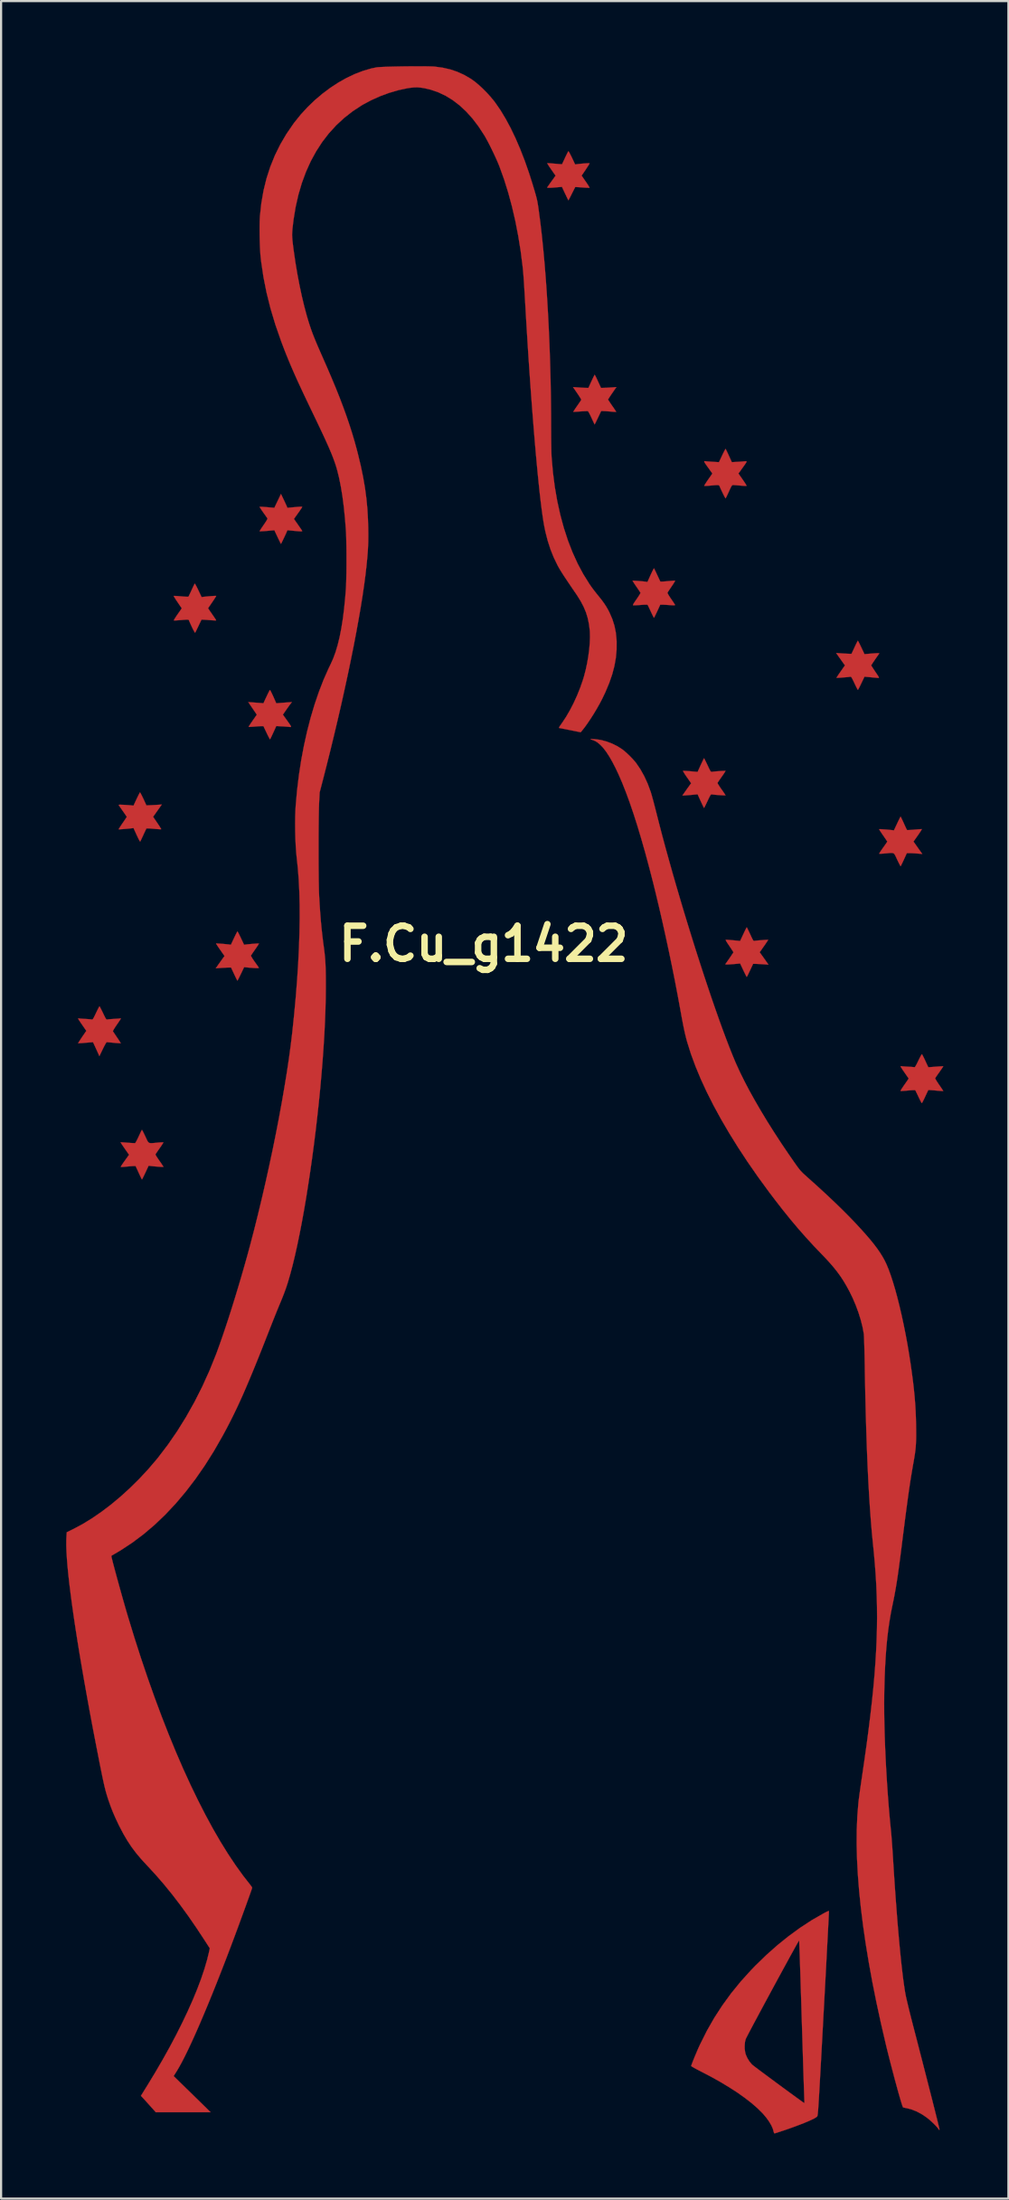
<source format=kicad_pcb>
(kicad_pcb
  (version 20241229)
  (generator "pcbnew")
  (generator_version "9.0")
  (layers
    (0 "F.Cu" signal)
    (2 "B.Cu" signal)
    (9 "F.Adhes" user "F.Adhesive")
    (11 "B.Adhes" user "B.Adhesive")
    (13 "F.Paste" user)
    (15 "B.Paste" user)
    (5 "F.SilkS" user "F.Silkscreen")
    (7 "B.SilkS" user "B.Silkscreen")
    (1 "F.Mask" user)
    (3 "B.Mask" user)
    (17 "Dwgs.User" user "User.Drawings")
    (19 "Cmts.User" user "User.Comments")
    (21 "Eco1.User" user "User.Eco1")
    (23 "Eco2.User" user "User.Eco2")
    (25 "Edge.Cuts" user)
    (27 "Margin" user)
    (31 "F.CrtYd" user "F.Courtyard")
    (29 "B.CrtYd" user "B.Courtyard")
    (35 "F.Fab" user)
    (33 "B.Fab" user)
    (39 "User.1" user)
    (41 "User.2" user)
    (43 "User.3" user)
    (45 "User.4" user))
  (footprint "F.Cu_g1422"
    (layer "F.Cu")
    (at 19.241 40.449)
    (property "Reference" "F.Cu_g1422" (at 0 0 0) (layer "F.SilkS") (effects (font (size 1.524 1.524) (thickness 0.3))))
    (attr through_hole)
    (fp_poly (pts (xy -9.835 -11.682) (xy -9.808 -11.634) (xy -9.77 -11.558) (xy -9.725 -11.464) (xy -9.694 -11.396) (xy -9.557 -11.087) (xy -9.409 -11.099) (xy -9.318 -11.106) (xy -9.205 -11.115) (xy -9.09 -11.123) (xy -9.05 -11.126) (xy -8.839 -11.141) (xy -8.903 -11.058) (xy -8.942 -11.006) (xy -8.996 -10.931) (xy -9.059 -10.842) (xy -9.11 -10.769) (xy -9.253 -10.563) (xy -9.071 -10.31) (xy -8.99 -10.196) (xy -8.932 -10.113) (xy -8.895 -10.055) (xy -8.878 -10.018) (xy -8.88 -9.999) (xy -8.899 -9.993) (xy -8.932 -9.995) (xy -8.955 -9.998) (xy -9.014 -10.004) (xy -9.103 -10.011) (xy -9.208 -10.019) (xy -9.303 -10.024) (xy -9.557 -10.038) (xy -9.694 -9.737) (xy -9.742 -9.634) (xy -9.784 -9.545) (xy -9.818 -9.476) (xy -9.839 -9.436) (xy -9.844 -9.429) (xy -9.858 -9.444) (xy -9.885 -9.491) (xy -9.924 -9.565) (xy -9.97 -9.658) (xy -10.003 -9.727) (xy -10.148 -10.033) (xy -10.244 -10.033) (xy -10.305 -10.031) (xy -10.395 -10.026) (xy -10.5 -10.018) (xy -10.581 -10.011) (xy -10.677 -10.004) (xy -10.757 -9.999) (xy -10.811 -9.997) (xy -10.832 -9.999) (xy -10.823 -10.018) (xy -10.794 -10.066) (xy -10.748 -10.137) (xy -10.689 -10.224) (xy -10.647 -10.285) (xy -10.453 -10.562) (xy -10.619 -10.806) (xy -10.682 -10.899) (xy -10.739 -10.982) (xy -10.784 -11.049) (xy -10.812 -11.09) (xy -10.816 -11.095) (xy -10.847 -11.141) (xy -10.657 -11.127) (xy -10.545 -11.119) (xy -10.425 -11.11) (xy -10.321 -11.102) (xy -10.308 -11.101) (xy -10.149 -11.088) (xy -10.008 -11.391) (xy -9.959 -11.494) (xy -9.915 -11.583) (xy -9.879 -11.651) (xy -9.856 -11.691) (xy -9.849 -11.699) (xy -9.835 -11.682)) (stroke (width 0.01) (type solid)) (fill yes) (layer "F.Cu"))
    (fp_poly (pts (xy -9.219 -20.479) (xy -9.171 -20.378) (xy -9.128 -20.285) (xy -9.093 -20.211) (xy -9.072 -20.163) (xy -9.071 -20.16) (xy -9.044 -20.095) (xy -8.75 -20.122) (xy -8.612 -20.134) (xy -8.51 -20.143) (xy -8.44 -20.147) (xy -8.396 -20.148) (xy -8.373 -20.144) (xy -8.364 -20.137) (xy -8.366 -20.126) (xy -8.367 -20.122) (xy -8.383 -20.096) (xy -8.419 -20.042) (xy -8.47 -19.967) (xy -8.532 -19.879) (xy -8.561 -19.838) (xy -8.743 -19.583) (xy -8.561 -19.323) (xy -8.496 -19.23) (xy -8.439 -19.148) (xy -8.396 -19.084) (xy -8.371 -19.044) (xy -8.367 -19.036) (xy -8.364 -19.024) (xy -8.37 -19.015) (xy -8.389 -19.011) (xy -8.427 -19.01) (xy -8.491 -19.014) (xy -8.584 -19.021) (xy -8.712 -19.033) (xy -8.75 -19.036) (xy -9.044 -19.063) (xy -9.071 -18.998) (xy -9.097 -18.938) (xy -9.134 -18.858) (xy -9.176 -18.768) (xy -9.22 -18.676) (xy -9.262 -18.588) (xy -9.298 -18.514) (xy -9.325 -18.461) (xy -9.339 -18.437) (xy -9.34 -18.436) (xy -9.352 -18.454) (xy -9.378 -18.504) (xy -9.415 -18.58) (xy -9.462 -18.675) (xy -9.497 -18.749) (xy -9.645 -19.062) (xy -9.979 -19.033) (xy -10.093 -19.024) (xy -10.192 -19.018) (xy -10.267 -19.014) (xy -10.313 -19.014) (xy -10.323 -19.015) (xy -10.315 -19.035) (xy -10.286 -19.084) (xy -10.241 -19.155) (xy -10.182 -19.242) (xy -10.14 -19.303) (xy -10.062 -19.417) (xy -10.005 -19.507) (xy -9.971 -19.57) (xy -9.961 -19.603) (xy -9.962 -19.606) (xy -9.98 -19.632) (xy -10.017 -19.685) (xy -10.069 -19.759) (xy -10.132 -19.847) (xy -10.157 -19.882) (xy -10.219 -19.971) (xy -10.27 -20.047) (xy -10.306 -20.105) (xy -10.323 -20.138) (xy -10.323 -20.142) (xy -10.3 -20.144) (xy -10.241 -20.143) (xy -10.155 -20.138) (xy -10.049 -20.13) (xy -9.979 -20.124) (xy -9.646 -20.095) (xy -9.493 -20.414) (xy -9.34 -20.733) (xy -9.219 -20.479)) (stroke (width 0.01) (type solid)) (fill yes) (layer "F.Cu"))
    (fp_poly (pts (xy -11.332 -0.553) (xy -11.304 -0.503) (xy -11.265 -0.427) (xy -11.219 -0.333) (xy -11.186 -0.265) (xy -11.042 0.042) (xy -10.966 0.032) (xy -10.886 0.023) (xy -10.79 0.013) (xy -10.686 0.004) (xy -10.583 -0.004) (xy -10.49 -0.011) (xy -10.416 -0.015) (xy -10.369 -0.016) (xy -10.358 -0.014) (xy -10.366 0.005) (xy -10.395 0.053) (xy -10.44 0.123) (xy -10.499 0.209) (xy -10.531 0.255) (xy -10.596 0.348) (xy -10.653 0.43) (xy -10.695 0.495) (xy -10.721 0.534) (xy -10.725 0.542) (xy -10.717 0.569) (xy -10.688 0.622) (xy -10.642 0.695) (xy -10.583 0.782) (xy -10.557 0.819) (xy -10.492 0.911) (xy -10.435 0.991) (xy -10.391 1.054) (xy -10.366 1.092) (xy -10.361 1.099) (xy -10.364 1.11) (xy -10.39 1.117) (xy -10.443 1.119) (xy -10.526 1.116) (xy -10.642 1.109) (xy -10.795 1.097) (xy -10.902 1.087) (xy -11.04 1.075) (xy -11.187 1.384) (xy -11.238 1.488) (xy -11.282 1.577) (xy -11.318 1.645) (xy -11.34 1.685) (xy -11.347 1.693) (xy -11.36 1.675) (xy -11.387 1.625) (xy -11.425 1.549) (xy -11.47 1.455) (xy -11.5 1.392) (xy -11.641 1.09) (xy -11.731 1.091) (xy -11.788 1.092) (xy -11.875 1.096) (xy -11.98 1.102) (xy -12.083 1.108) (xy -12.345 1.126) (xy -12.236 0.97) (xy -12.172 0.879) (xy -12.102 0.782) (xy -12.042 0.697) (xy -12.035 0.687) (xy -11.942 0.56) (xy -12.141 0.276) (xy -12.207 0.181) (xy -12.262 0.098) (xy -12.304 0.034) (xy -12.328 -0.006) (xy -12.332 -0.016) (xy -12.309 -0.017) (xy -12.253 -0.014) (xy -12.174 -0.01) (xy -12.079 -0.003) (xy -11.978 0.005) (xy -11.881 0.014) (xy -11.795 0.023) (xy -11.73 0.03) (xy -11.714 0.032) (xy -11.649 0.043) (xy -11.505 -0.264) (xy -11.455 -0.368) (xy -11.411 -0.457) (xy -11.375 -0.524) (xy -11.352 -0.564) (xy -11.345 -0.572) (xy -11.332 -0.553)) (stroke (width 0.01) (type solid)) (fill yes) (layer "F.Cu"))
    (fp_poly (pts (xy 5.133 -26.207) (xy 5.16 -26.157) (xy 5.198 -26.081) (xy 5.243 -25.986) (xy 5.272 -25.924) (xy 5.41 -25.622) (xy 5.515 -25.623) (xy 5.579 -25.625) (xy 5.672 -25.629) (xy 5.78 -25.635) (xy 5.869 -25.641) (xy 6.119 -25.659) (xy 5.927 -25.381) (xy 5.862 -25.286) (xy 5.807 -25.202) (xy 5.765 -25.137) (xy 5.741 -25.096) (xy 5.736 -25.086) (xy 5.748 -25.063) (xy 5.78 -25.012) (xy 5.828 -24.94) (xy 5.888 -24.852) (xy 5.926 -24.796) (xy 5.991 -24.703) (xy 6.045 -24.623) (xy 6.085 -24.561) (xy 6.107 -24.525) (xy 6.109 -24.517) (xy 6.087 -24.516) (xy 6.031 -24.519) (xy 5.95 -24.524) (xy 5.861 -24.532) (xy 5.752 -24.54) (xy 5.648 -24.548) (xy 5.562 -24.552) (xy 5.518 -24.553) (xy 5.416 -24.553) (xy 5.27 -24.246) (xy 5.22 -24.143) (xy 5.177 -24.054) (xy 5.143 -23.987) (xy 5.123 -23.947) (xy 5.118 -23.94) (xy 5.107 -23.958) (xy 5.083 -24.008) (xy 5.047 -24.084) (xy 5.003 -24.178) (xy 4.975 -24.238) (xy 4.926 -24.342) (xy 4.881 -24.432) (xy 4.843 -24.5) (xy 4.817 -24.541) (xy 4.808 -24.548) (xy 4.778 -24.551) (xy 4.713 -24.55) (xy 4.623 -24.547) (xy 4.514 -24.541) (xy 4.458 -24.537) (xy 4.347 -24.53) (xy 4.252 -24.524) (xy 4.18 -24.52) (xy 4.139 -24.519) (xy 4.133 -24.52) (xy 4.142 -24.538) (xy 4.172 -24.585) (xy 4.218 -24.654) (xy 4.276 -24.74) (xy 4.31 -24.788) (xy 4.374 -24.881) (xy 4.43 -24.963) (xy 4.472 -25.026) (xy 4.497 -25.065) (xy 4.501 -25.073) (xy 4.493 -25.097) (xy 4.464 -25.149) (xy 4.418 -25.223) (xy 4.359 -25.313) (xy 4.316 -25.377) (xy 4.122 -25.659) (xy 4.374 -25.642) (xy 4.484 -25.634) (xy 4.59 -25.628) (xy 4.679 -25.624) (xy 4.728 -25.623) (xy 4.831 -25.622) (xy 4.969 -25.924) (xy 5.017 -26.027) (xy 5.059 -26.115) (xy 5.093 -26.181) (xy 5.114 -26.219) (xy 5.12 -26.226) (xy 5.133 -26.207)) (stroke (width 0.01) (type solid)) (fill yes) (layer "F.Cu"))
    (fp_poly (pts (xy -15.825 -6.962) (xy -15.796 -6.913) (xy -15.758 -6.839) (xy -15.712 -6.745) (xy -15.682 -6.683) (xy -15.543 -6.382) (xy -15.471 -6.384) (xy -15.423 -6.386) (xy -15.343 -6.39) (xy -15.242 -6.395) (xy -15.131 -6.401) (xy -15.117 -6.402) (xy -14.836 -6.419) (xy -15.035 -6.137) (xy -15.234 -5.855) (xy -15.043 -5.574) (xy -14.979 -5.479) (xy -14.925 -5.396) (xy -14.886 -5.331) (xy -14.864 -5.292) (xy -14.862 -5.282) (xy -14.885 -5.28) (xy -14.944 -5.282) (xy -15.029 -5.288) (xy -15.134 -5.296) (xy -15.198 -5.302) (xy -15.312 -5.312) (xy -15.41 -5.319) (xy -15.485 -5.321) (xy -15.531 -5.32) (xy -15.54 -5.318) (xy -15.554 -5.294) (xy -15.581 -5.239) (xy -15.619 -5.159) (xy -15.664 -5.063) (xy -15.685 -5.016) (xy -15.732 -4.915) (xy -15.773 -4.827) (xy -15.806 -4.76) (xy -15.826 -4.721) (xy -15.83 -4.715) (xy -15.844 -4.727) (xy -15.871 -4.773) (xy -15.909 -4.845) (xy -15.954 -4.939) (xy -15.991 -5.017) (xy -16.136 -5.336) (xy -16.244 -5.324) (xy -16.355 -5.312) (xy -16.469 -5.301) (xy -16.58 -5.292) (xy -16.678 -5.284) (xy -16.756 -5.279) (xy -16.807 -5.278) (xy -16.822 -5.279) (xy -16.813 -5.298) (xy -16.784 -5.346) (xy -16.739 -5.417) (xy -16.681 -5.504) (xy -16.638 -5.566) (xy -16.573 -5.661) (xy -16.518 -5.743) (xy -16.476 -5.806) (xy -16.451 -5.845) (xy -16.447 -5.853) (xy -16.458 -5.873) (xy -16.49 -5.92) (xy -16.537 -5.99) (xy -16.596 -6.074) (xy -16.622 -6.111) (xy -16.686 -6.203) (xy -16.743 -6.283) (xy -16.786 -6.346) (xy -16.812 -6.384) (xy -16.816 -6.39) (xy -16.818 -6.402) (xy -16.802 -6.41) (xy -16.762 -6.413) (xy -16.692 -6.411) (xy -16.587 -6.406) (xy -16.571 -6.406) (xy -16.461 -6.399) (xy -16.358 -6.392) (xy -16.274 -6.385) (xy -16.223 -6.379) (xy -16.138 -6.368) (xy -15.997 -6.671) (xy -15.947 -6.774) (xy -15.904 -6.863) (xy -15.868 -6.931) (xy -15.845 -6.971) (xy -15.839 -6.979) (xy -15.825 -6.962)) (stroke (width 0.01) (type solid)) (fill yes) (layer "F.Cu"))
    (fp_poly (pts (xy 3.924 -36.512) (xy 3.953 -36.464) (xy 3.992 -36.389) (xy 4.04 -36.296) (xy 4.073 -36.227) (xy 4.218 -35.919) (xy 4.284 -35.929) (xy 4.352 -35.938) (xy 4.44 -35.948) (xy 4.539 -35.957) (xy 4.64 -35.965) (xy 4.734 -35.971) (xy 4.813 -35.976) (xy 4.865 -35.977) (xy 4.884 -35.975) (xy 4.877 -35.954) (xy 4.849 -35.905) (xy 4.804 -35.834) (xy 4.747 -35.746) (xy 4.706 -35.684) (xy 4.516 -35.405) (xy 4.705 -35.132) (xy 4.769 -35.039) (xy 4.822 -34.957) (xy 4.861 -34.894) (xy 4.881 -34.856) (xy 4.883 -34.848) (xy 4.858 -34.845) (xy 4.8 -34.846) (xy 4.714 -34.849) (xy 4.609 -34.856) (xy 4.55 -34.86) (xy 4.438 -34.868) (xy 4.343 -34.874) (xy 4.27 -34.878) (xy 4.229 -34.879) (xy 4.223 -34.878) (xy 4.212 -34.858) (xy 4.185 -34.807) (xy 4.147 -34.731) (xy 4.099 -34.636) (xy 4.066 -34.57) (xy 4.015 -34.468) (xy 3.97 -34.381) (xy 3.935 -34.315) (xy 3.914 -34.276) (xy 3.909 -34.269) (xy 3.898 -34.287) (xy 3.872 -34.337) (xy 3.835 -34.413) (xy 3.79 -34.508) (xy 3.756 -34.578) (xy 3.611 -34.887) (xy 3.472 -34.875) (xy 3.296 -34.86) (xy 3.159 -34.849) (xy 3.057 -34.844) (xy 2.988 -34.844) (xy 2.947 -34.848) (xy 2.931 -34.856) (xy 2.933 -34.864) (xy 2.951 -34.891) (xy 2.989 -34.945) (xy 3.042 -35.02) (xy 3.105 -35.109) (xy 3.134 -35.148) (xy 3.317 -35.403) (xy 3.118 -35.688) (xy 3.052 -35.783) (xy 2.998 -35.865) (xy 2.959 -35.929) (xy 2.938 -35.968) (xy 2.936 -35.978) (xy 2.962 -35.978) (xy 3.022 -35.975) (xy 3.11 -35.969) (xy 3.216 -35.96) (xy 3.281 -35.955) (xy 3.394 -35.945) (xy 3.49 -35.937) (xy 3.563 -35.932) (xy 3.605 -35.929) (xy 3.613 -35.929) (xy 3.622 -35.947) (xy 3.647 -35.998) (xy 3.682 -36.074) (xy 3.727 -36.168) (xy 3.753 -36.226) (xy 3.802 -36.329) (xy 3.845 -36.416) (xy 3.88 -36.483) (xy 3.903 -36.521) (xy 3.909 -36.528) (xy 3.924 -36.512)) (stroke (width 0.01) (type solid)) (fill yes) (layer "F.Cu"))
    (fp_poly (pts (xy 12.141 -0.744) (xy 12.167 -0.693) (xy 12.204 -0.617) (xy 12.25 -0.521) (xy 12.285 -0.446) (xy 12.339 -0.328) (xy 12.379 -0.245) (xy 12.408 -0.189) (xy 12.431 -0.156) (xy 12.451 -0.14) (xy 12.47 -0.136) (xy 12.485 -0.138) (xy 12.539 -0.145) (xy 12.617 -0.153) (xy 12.711 -0.161) (xy 12.812 -0.169) (xy 12.911 -0.177) (xy 13 -0.183) (xy 13.068 -0.186) (xy 13.107 -0.187) (xy 13.113 -0.186) (xy 13.105 -0.167) (xy 13.075 -0.12) (xy 13.029 -0.049) (xy 12.97 0.038) (xy 12.923 0.105) (xy 12.724 0.388) (xy 12.817 0.517) (xy 12.876 0.599) (xy 12.945 0.696) (xy 13.011 0.789) (xy 13.019 0.801) (xy 13.128 0.957) (xy 12.867 0.939) (xy 12.756 0.932) (xy 12.651 0.927) (xy 12.565 0.923) (xy 12.513 0.921) (xy 12.422 0.921) (xy 12.281 1.222) (xy 12.232 1.325) (xy 12.19 1.413) (xy 12.156 1.479) (xy 12.134 1.517) (xy 12.129 1.524) (xy 12.116 1.506) (xy 12.089 1.456) (xy 12.051 1.38) (xy 12.004 1.285) (xy 11.97 1.215) (xy 11.824 0.905) (xy 11.685 0.918) (xy 11.509 0.933) (xy 11.371 0.943) (xy 11.268 0.949) (xy 11.199 0.95) (xy 11.158 0.946) (xy 11.144 0.937) (xy 11.146 0.929) (xy 11.178 0.886) (xy 11.224 0.822) (xy 11.279 0.743) (xy 11.338 0.658) (xy 11.395 0.574) (xy 11.446 0.497) (xy 11.486 0.436) (xy 11.51 0.398) (xy 11.515 0.388) (xy 11.503 0.366) (xy 11.472 0.316) (xy 11.425 0.243) (xy 11.365 0.154) (xy 11.323 0.091) (xy 11.25 -0.017) (xy 11.2 -0.095) (xy 11.171 -0.147) (xy 11.16 -0.178) (xy 11.166 -0.19) (xy 11.171 -0.191) (xy 11.207 -0.189) (xy 11.275 -0.183) (xy 11.365 -0.176) (xy 11.468 -0.167) (xy 11.575 -0.157) (xy 11.674 -0.148) (xy 11.748 -0.14) (xy 11.823 -0.132) (xy 11.971 -0.447) (xy 12.02 -0.552) (xy 12.064 -0.642) (xy 12.099 -0.711) (xy 12.122 -0.753) (xy 12.129 -0.762) (xy 12.141 -0.744)) (stroke (width 0.01) (type solid)) (fill yes) (layer "F.Cu"))
    (fp_poly (pts (xy 11.167 -22.787) (xy 11.194 -22.733) (xy 11.232 -22.655) (xy 11.277 -22.559) (xy 11.304 -22.499) (xy 11.441 -22.199) (xy 11.684 -22.213) (xy 11.794 -22.219) (xy 11.899 -22.227) (xy 11.986 -22.235) (xy 12.031 -22.239) (xy 12.076 -22.244) (xy 12.106 -22.244) (xy 12.119 -22.232) (xy 12.115 -22.207) (xy 12.091 -22.162) (xy 12.046 -22.095) (xy 11.978 -21.999) (xy 11.926 -21.927) (xy 11.745 -21.675) (xy 11.939 -21.398) (xy 12.004 -21.304) (xy 12.058 -21.222) (xy 12.097 -21.158) (xy 12.118 -21.118) (xy 12.12 -21.109) (xy 12.095 -21.106) (xy 12.037 -21.107) (xy 11.952 -21.111) (xy 11.85 -21.119) (xy 11.827 -21.121) (xy 11.718 -21.13) (xy 11.62 -21.138) (xy 11.543 -21.143) (xy 11.497 -21.145) (xy 11.493 -21.145) (xy 11.472 -21.141) (xy 11.451 -21.127) (xy 11.428 -21.097) (xy 11.399 -21.045) (xy 11.361 -20.966) (xy 11.31 -20.855) (xy 11.303 -20.839) (xy 11.255 -20.735) (xy 11.213 -20.646) (xy 11.18 -20.579) (xy 11.159 -20.539) (xy 11.153 -20.532) (xy 11.139 -20.55) (xy 11.111 -20.598) (xy 11.073 -20.67) (xy 11.029 -20.758) (xy 11.029 -20.759) (xy 10.982 -20.857) (xy 10.938 -20.949) (xy 10.904 -21.024) (xy 10.886 -21.066) (xy 10.873 -21.097) (xy 10.86 -21.12) (xy 10.84 -21.135) (xy 10.806 -21.142) (xy 10.754 -21.143) (xy 10.677 -21.139) (xy 10.568 -21.13) (xy 10.462 -21.121) (xy 10.357 -21.112) (xy 10.268 -21.107) (xy 10.204 -21.105) (xy 10.171 -21.107) (xy 10.169 -21.108) (xy 10.176 -21.129) (xy 10.205 -21.178) (xy 10.25 -21.249) (xy 10.308 -21.336) (xy 10.351 -21.398) (xy 10.545 -21.675) (xy 10.361 -21.932) (xy 10.28 -22.045) (xy 10.223 -22.128) (xy 10.186 -22.185) (xy 10.17 -22.221) (xy 10.172 -22.24) (xy 10.191 -22.246) (xy 10.226 -22.243) (xy 10.257 -22.24) (xy 10.322 -22.233) (xy 10.415 -22.226) (xy 10.522 -22.218) (xy 10.604 -22.213) (xy 10.848 -22.199) (xy 10.994 -22.508) (xy 11.043 -22.611) (xy 11.088 -22.699) (xy 11.123 -22.764) (xy 11.146 -22.802) (xy 11.153 -22.808) (xy 11.167 -22.787)) (stroke (width 0.01) (type solid)) (fill yes) (layer "F.Cu"))
    (fp_poly (pts (xy 10.172 -8.533) (xy 10.199 -8.483) (xy 10.237 -8.407) (xy 10.283 -8.312) (xy 10.319 -8.236) (xy 10.374 -8.119) (xy 10.415 -8.035) (xy 10.446 -7.98) (xy 10.469 -7.947) (xy 10.489 -7.931) (xy 10.509 -7.927) (xy 10.52 -7.928) (xy 10.584 -7.936) (xy 10.67 -7.945) (xy 10.769 -7.953) (xy 10.872 -7.961) (xy 10.97 -7.967) (xy 11.055 -7.972) (xy 11.116 -7.974) (xy 11.147 -7.973) (xy 11.148 -7.973) (xy 11.14 -7.952) (xy 11.112 -7.904) (xy 11.066 -7.834) (xy 11.008 -7.749) (xy 10.975 -7.702) (xy 10.91 -7.61) (xy 10.853 -7.528) (xy 10.81 -7.464) (xy 10.785 -7.425) (xy 10.781 -7.417) (xy 10.789 -7.392) (xy 10.819 -7.339) (xy 10.866 -7.266) (xy 10.926 -7.177) (xy 10.964 -7.123) (xy 11.03 -7.03) (xy 11.084 -6.95) (xy 11.124 -6.889) (xy 11.145 -6.852) (xy 11.148 -6.844) (xy 11.125 -6.842) (xy 11.068 -6.844) (xy 10.988 -6.848) (xy 10.893 -6.854) (xy 10.791 -6.861) (xy 10.692 -6.869) (xy 10.605 -6.877) (xy 10.539 -6.885) (xy 10.509 -6.889) (xy 10.491 -6.887) (xy 10.471 -6.871) (xy 10.446 -6.836) (xy 10.413 -6.776) (xy 10.369 -6.688) (xy 10.319 -6.581) (xy 10.269 -6.476) (xy 10.225 -6.386) (xy 10.19 -6.316) (xy 10.167 -6.275) (xy 10.16 -6.265) (xy 10.148 -6.284) (xy 10.122 -6.334) (xy 10.085 -6.41) (xy 10.04 -6.506) (xy 10.006 -6.579) (xy 9.863 -6.892) (xy 9.572 -6.865) (xy 9.461 -6.855) (xy 9.359 -6.847) (xy 9.279 -6.841) (xy 9.228 -6.838) (xy 9.222 -6.838) (xy 9.163 -6.837) (xy 9.271 -6.99) (xy 9.335 -7.082) (xy 9.405 -7.18) (xy 9.466 -7.265) (xy 9.472 -7.273) (xy 9.565 -7.402) (xy 9.367 -7.686) (xy 9.302 -7.78) (xy 9.249 -7.863) (xy 9.212 -7.926) (xy 9.193 -7.965) (xy 9.193 -7.975) (xy 9.222 -7.975) (xy 9.285 -7.972) (xy 9.374 -7.966) (xy 9.482 -7.958) (xy 9.541 -7.953) (xy 9.863 -7.925) (xy 10.006 -8.238) (xy 10.055 -8.343) (xy 10.098 -8.433) (xy 10.132 -8.502) (xy 10.153 -8.543) (xy 10.16 -8.551) (xy 10.172 -8.533)) (stroke (width 0.01) (type solid)) (fill yes) (layer "F.Cu"))
    (fp_poly (pts (xy 19.231 -5.845) (xy 19.257 -5.794) (xy 19.294 -5.718) (xy 19.338 -5.623) (xy 19.366 -5.561) (xy 19.413 -5.457) (xy 19.455 -5.367) (xy 19.488 -5.297) (xy 19.509 -5.255) (xy 19.514 -5.246) (xy 19.538 -5.243) (xy 19.597 -5.244) (xy 19.683 -5.249) (xy 19.788 -5.257) (xy 19.853 -5.263) (xy 19.967 -5.273) (xy 20.065 -5.28) (xy 20.142 -5.285) (xy 20.187 -5.287) (xy 20.197 -5.287) (xy 20.191 -5.269) (xy 20.164 -5.222) (xy 20.12 -5.153) (xy 20.062 -5.066) (xy 20.014 -4.998) (xy 19.814 -4.714) (xy 19.92 -4.564) (xy 19.985 -4.472) (xy 20.056 -4.371) (xy 20.119 -4.283) (xy 20.123 -4.278) (xy 20.22 -4.144) (xy 20 -4.162) (xy 19.889 -4.17) (xy 19.777 -4.176) (xy 19.68 -4.18) (xy 19.644 -4.18) (xy 19.507 -4.18) (xy 19.369 -3.879) (xy 19.321 -3.776) (xy 19.279 -3.688) (xy 19.246 -3.622) (xy 19.224 -3.584) (xy 19.219 -3.577) (xy 19.207 -3.595) (xy 19.18 -3.645) (xy 19.141 -3.721) (xy 19.095 -3.816) (xy 19.062 -3.884) (xy 19.011 -3.994) (xy 18.972 -4.075) (xy 18.938 -4.132) (xy 18.902 -4.168) (xy 18.855 -4.186) (xy 18.792 -4.191) (xy 18.704 -4.186) (xy 18.585 -4.174) (xy 18.51 -4.167) (xy 18.408 -4.159) (xy 18.323 -4.154) (xy 18.262 -4.152) (xy 18.233 -4.154) (xy 18.233 -4.155) (xy 18.241 -4.175) (xy 18.27 -4.223) (xy 18.316 -4.293) (xy 18.375 -4.378) (xy 18.414 -4.432) (xy 18.48 -4.525) (xy 18.536 -4.605) (xy 18.578 -4.667) (xy 18.602 -4.705) (xy 18.605 -4.712) (xy 18.594 -4.733) (xy 18.562 -4.783) (xy 18.514 -4.854) (xy 18.454 -4.942) (xy 18.413 -5) (xy 18.349 -5.094) (xy 18.295 -5.175) (xy 18.255 -5.238) (xy 18.234 -5.276) (xy 18.231 -5.284) (xy 18.255 -5.286) (xy 18.311 -5.284) (xy 18.393 -5.279) (xy 18.49 -5.272) (xy 18.596 -5.264) (xy 18.7 -5.254) (xy 18.794 -5.244) (xy 18.838 -5.239) (xy 18.912 -5.23) (xy 19.061 -5.546) (xy 19.111 -5.652) (xy 19.155 -5.742) (xy 19.19 -5.812) (xy 19.212 -5.853) (xy 19.219 -5.863) (xy 19.231 -5.845)) (stroke (width 0.01) (type solid)) (fill yes) (layer "F.Cu"))
    (fp_poly (pts (xy 17.263 -13.952) (xy 17.29 -13.902) (xy 17.329 -13.826) (xy 17.375 -13.731) (xy 17.409 -13.661) (xy 17.555 -13.351) (xy 17.705 -13.364) (xy 17.874 -13.378) (xy 18.005 -13.388) (xy 18.102 -13.394) (xy 18.169 -13.397) (xy 18.211 -13.395) (xy 18.232 -13.39) (xy 18.236 -13.382) (xy 18.233 -13.375) (xy 18.2 -13.332) (xy 18.154 -13.267) (xy 18.099 -13.188) (xy 18.041 -13.103) (xy 17.983 -13.018) (xy 17.932 -12.942) (xy 17.892 -12.881) (xy 17.869 -12.843) (xy 17.865 -12.834) (xy 17.876 -12.812) (xy 17.907 -12.762) (xy 17.955 -12.689) (xy 18.014 -12.6) (xy 18.056 -12.537) (xy 18.127 -12.432) (xy 18.177 -12.356) (xy 18.206 -12.306) (xy 18.219 -12.276) (xy 18.217 -12.261) (xy 18.203 -12.256) (xy 18.199 -12.256) (xy 18.161 -12.258) (xy 18.09 -12.264) (xy 17.995 -12.272) (xy 17.886 -12.283) (xy 17.854 -12.286) (xy 17.748 -12.296) (xy 17.658 -12.304) (xy 17.592 -12.309) (xy 17.558 -12.312) (xy 17.555 -12.311) (xy 17.545 -12.292) (xy 17.521 -12.241) (xy 17.484 -12.165) (xy 17.439 -12.071) (xy 17.409 -12.007) (xy 17.359 -11.904) (xy 17.315 -11.816) (xy 17.28 -11.75) (xy 17.257 -11.712) (xy 17.251 -11.705) (xy 17.238 -11.723) (xy 17.21 -11.773) (xy 17.171 -11.849) (xy 17.125 -11.944) (xy 17.093 -12.011) (xy 17.039 -12.126) (xy 16.998 -12.207) (xy 16.969 -12.261) (xy 16.946 -12.292) (xy 16.926 -12.307) (xy 16.906 -12.31) (xy 16.894 -12.308) (xy 16.84 -12.301) (xy 16.762 -12.293) (xy 16.668 -12.285) (xy 16.567 -12.277) (xy 16.468 -12.269) (xy 16.38 -12.263) (xy 16.311 -12.26) (xy 16.272 -12.259) (xy 16.266 -12.26) (xy 16.275 -12.279) (xy 16.304 -12.326) (xy 16.35 -12.397) (xy 16.41 -12.484) (xy 16.457 -12.551) (xy 16.655 -12.834) (xy 16.562 -12.963) (xy 16.504 -13.045) (xy 16.435 -13.142) (xy 16.368 -13.235) (xy 16.36 -13.247) (xy 16.251 -13.403) (xy 16.513 -13.385) (xy 16.624 -13.378) (xy 16.728 -13.373) (xy 16.814 -13.369) (xy 16.866 -13.367) (xy 16.958 -13.367) (xy 17.098 -13.668) (xy 17.146 -13.771) (xy 17.189 -13.859) (xy 17.223 -13.925) (xy 17.244 -13.963) (xy 17.25 -13.97) (xy 17.263 -13.952)) (stroke (width 0.01) (type solid)) (fill yes) (layer "F.Cu"))
    (fp_poly (pts (xy -13.302 -16.588) (xy -13.274 -16.543) (xy -13.235 -16.471) (xy -13.188 -16.378) (xy -13.15 -16.299) (xy -12.999 -15.981) (xy -12.908 -15.992) (xy -12.796 -16.004) (xy -12.68 -16.015) (xy -12.569 -16.025) (xy -12.47 -16.032) (xy -12.391 -16.037) (xy -12.341 -16.038) (xy -12.326 -16.037) (xy -12.334 -16.017) (xy -12.363 -15.969) (xy -12.408 -15.898) (xy -12.466 -15.811) (xy -12.509 -15.747) (xy -12.702 -15.467) (xy -12.651 -15.39) (xy -12.617 -15.341) (xy -12.567 -15.268) (xy -12.507 -15.182) (xy -12.46 -15.114) (xy -12.405 -15.035) (xy -12.362 -14.969) (xy -12.335 -14.923) (xy -12.329 -14.906) (xy -12.352 -14.904) (xy -12.41 -14.906) (xy -12.495 -14.911) (xy -12.6 -14.918) (xy -12.668 -14.923) (xy -12.781 -14.932) (xy -12.878 -14.938) (xy -12.952 -14.942) (xy -12.996 -14.943) (xy -13.004 -14.941) (xy -13.015 -14.92) (xy -13.04 -14.868) (xy -13.077 -14.791) (xy -13.122 -14.696) (xy -13.145 -14.647) (xy -13.194 -14.546) (xy -13.237 -14.457) (xy -13.27 -14.389) (xy -13.292 -14.349) (xy -13.296 -14.342) (xy -13.311 -14.353) (xy -13.339 -14.396) (xy -13.377 -14.465) (xy -13.422 -14.554) (xy -13.438 -14.588) (xy -13.485 -14.689) (xy -13.526 -14.779) (xy -13.558 -14.85) (xy -13.576 -14.893) (xy -13.578 -14.899) (xy -13.585 -14.918) (xy -13.598 -14.931) (xy -13.621 -14.939) (xy -13.662 -14.942) (xy -13.725 -14.94) (xy -13.817 -14.934) (xy -13.943 -14.923) (xy -13.986 -14.92) (xy -14.091 -14.912) (xy -14.18 -14.906) (xy -14.245 -14.905) (xy -14.278 -14.907) (xy -14.28 -14.908) (xy -14.272 -14.928) (xy -14.244 -14.977) (xy -14.199 -15.048) (xy -14.141 -15.135) (xy -14.102 -15.191) (xy -13.912 -15.462) (xy -14.103 -15.743) (xy -14.167 -15.838) (xy -14.221 -15.921) (xy -14.26 -15.985) (xy -14.281 -16.024) (xy -14.284 -16.034) (xy -14.26 -16.036) (xy -14.202 -16.034) (xy -14.116 -16.029) (xy -14.011 -16.02) (xy -13.947 -16.015) (xy -13.834 -16.005) (xy -13.736 -15.999) (xy -13.66 -15.996) (xy -13.616 -15.997) (xy -13.606 -15.999) (xy -13.593 -16.022) (xy -13.566 -16.077) (xy -13.528 -16.156) (xy -13.483 -16.252) (xy -13.462 -16.298) (xy -13.415 -16.4) (xy -13.374 -16.488) (xy -13.341 -16.555) (xy -13.32 -16.594) (xy -13.316 -16.6) (xy -13.302 -16.588)) (stroke (width 0.01) (type solid)) (fill yes) (layer "F.Cu"))
    (fp_poly (pts (xy -15.736 8.591) (xy -15.708 8.641) (xy -15.67 8.716) (xy -15.624 8.811) (xy -15.591 8.879) (xy -15.54 8.989) (xy -15.501 9.071) (xy -15.467 9.127) (xy -15.43 9.163) (xy -15.384 9.181) (xy -15.32 9.186) (xy -15.233 9.181) (xy -15.114 9.17) (xy -15.038 9.163) (xy -14.937 9.154) (xy -14.851 9.149) (xy -14.79 9.147) (xy -14.762 9.149) (xy -14.762 9.15) (xy -14.769 9.17) (xy -14.798 9.218) (xy -14.843 9.288) (xy -14.901 9.374) (xy -14.934 9.42) (xy -14.999 9.513) (xy -15.055 9.594) (xy -15.097 9.658) (xy -15.122 9.697) (xy -15.126 9.704) (xy -15.118 9.729) (xy -15.088 9.781) (xy -15.041 9.855) (xy -14.981 9.943) (xy -14.942 9.999) (xy -14.877 10.091) (xy -14.823 10.172) (xy -14.783 10.234) (xy -14.762 10.271) (xy -14.76 10.279) (xy -14.783 10.281) (xy -14.84 10.279) (xy -14.922 10.275) (xy -15.02 10.268) (xy -15.125 10.259) (xy -15.23 10.25) (xy -15.325 10.24) (xy -15.367 10.235) (xy -15.441 10.225) (xy -15.589 10.542) (xy -15.639 10.647) (xy -15.683 10.738) (xy -15.718 10.807) (xy -15.741 10.849) (xy -15.748 10.858) (xy -15.76 10.84) (xy -15.786 10.789) (xy -15.822 10.713) (xy -15.866 10.619) (xy -15.895 10.557) (xy -15.942 10.452) (xy -15.984 10.362) (xy -16.017 10.292) (xy -16.038 10.25) (xy -16.043 10.242) (xy -16.067 10.239) (xy -16.126 10.24) (xy -16.211 10.245) (xy -16.315 10.253) (xy -16.362 10.257) (xy -16.474 10.267) (xy -16.573 10.276) (xy -16.651 10.282) (xy -16.699 10.286) (xy -16.707 10.286) (xy -16.718 10.283) (xy -16.719 10.27) (xy -16.708 10.244) (xy -16.683 10.201) (xy -16.64 10.137) (xy -16.578 10.049) (xy -16.495 9.933) (xy -16.436 9.85) (xy -16.342 9.721) (xy -16.54 9.438) (xy -16.606 9.342) (xy -16.662 9.26) (xy -16.703 9.196) (xy -16.727 9.157) (xy -16.731 9.147) (xy -16.708 9.146) (xy -16.651 9.148) (xy -16.567 9.153) (xy -16.463 9.161) (xy -16.407 9.166) (xy -16.294 9.174) (xy -16.195 9.18) (xy -16.117 9.183) (xy -16.07 9.183) (xy -16.061 9.181) (xy -16.043 9.159) (xy -16.011 9.104) (xy -15.969 9.025) (xy -15.922 8.928) (xy -15.896 8.871) (xy -15.848 8.769) (xy -15.807 8.681) (xy -15.774 8.616) (xy -15.753 8.579) (xy -15.748 8.572) (xy -15.736 8.591)) (stroke (width 0.01) (type solid)) (fill yes) (layer "F.Cu"))
    (fp_poly (pts (xy -17.692 2.897) (xy -17.665 2.947) (xy -17.626 3.022) (xy -17.579 3.117) (xy -17.545 3.187) (xy -17.49 3.302) (xy -17.449 3.384) (xy -17.419 3.438) (xy -17.396 3.47) (xy -17.376 3.484) (xy -17.357 3.487) (xy -17.34 3.485) (xy -17.296 3.479) (xy -17.221 3.472) (xy -17.126 3.466) (xy -17.039 3.46) (xy -16.939 3.454) (xy -16.852 3.448) (xy -16.788 3.441) (xy -16.759 3.437) (xy -16.728 3.436) (xy -16.722 3.444) (xy -16.733 3.467) (xy -16.765 3.518) (xy -16.813 3.59) (xy -16.873 3.679) (xy -16.912 3.734) (xy -16.98 3.835) (xy -17.034 3.92) (xy -17.071 3.985) (xy -17.087 4.023) (xy -17.086 4.03) (xy -17.069 4.056) (xy -17.034 4.109) (xy -16.983 4.184) (xy -16.923 4.274) (xy -16.895 4.315) (xy -16.833 4.407) (xy -16.782 4.485) (xy -16.746 4.544) (xy -16.727 4.577) (xy -16.725 4.582) (xy -16.748 4.582) (xy -16.805 4.579) (xy -16.888 4.573) (xy -16.992 4.564) (xy -17.039 4.56) (xy -17.15 4.549) (xy -17.247 4.541) (xy -17.322 4.534) (xy -17.366 4.531) (xy -17.373 4.53) (xy -17.391 4.548) (xy -17.423 4.598) (xy -17.465 4.674) (xy -17.515 4.77) (xy -17.555 4.852) (xy -17.71 5.175) (xy -17.742 5.101) (xy -17.766 5.048) (xy -17.799 4.974) (xy -17.839 4.887) (xy -17.882 4.794) (xy -17.923 4.704) (xy -17.959 4.626) (xy -17.986 4.568) (xy -18.001 4.537) (xy -18.003 4.534) (xy -18.024 4.534) (xy -18.081 4.537) (xy -18.165 4.543) (xy -18.27 4.552) (xy -18.344 4.558) (xy -18.458 4.568) (xy -18.557 4.576) (xy -18.633 4.58) (xy -18.678 4.581) (xy -18.688 4.58) (xy -18.68 4.561) (xy -18.651 4.513) (xy -18.606 4.442) (xy -18.548 4.355) (xy -18.505 4.29) (xy -18.312 4.009) (xy -18.501 3.736) (xy -18.566 3.642) (xy -18.621 3.559) (xy -18.663 3.494) (xy -18.686 3.454) (xy -18.69 3.445) (xy -18.674 3.434) (xy -18.653 3.436) (xy -18.618 3.442) (xy -18.55 3.448) (xy -18.461 3.455) (xy -18.373 3.46) (xy -18.269 3.466) (xy -18.177 3.473) (xy -18.105 3.48) (xy -18.071 3.484) (xy -18.048 3.487) (xy -18.029 3.482) (xy -18.009 3.464) (xy -17.985 3.428) (xy -17.953 3.368) (xy -17.909 3.279) (xy -17.865 3.187) (xy -17.815 3.083) (xy -17.771 2.994) (xy -17.735 2.927) (xy -17.712 2.887) (xy -17.705 2.879) (xy -17.692 2.897)) (stroke (width 0.01) (type solid)) (fill yes) (layer "F.Cu"))
    (fp_poly (pts (xy 7.866 -17.283) (xy 7.893 -17.23) (xy 7.931 -17.152) (xy 7.976 -17.056) (xy 8 -17.003) (xy 8.048 -16.901) (xy 8.089 -16.812) (xy 8.122 -16.744) (xy 8.142 -16.705) (xy 8.147 -16.697) (xy 8.171 -16.695) (xy 8.23 -16.696) (xy 8.316 -16.7) (xy 8.42 -16.708) (xy 8.467 -16.713) (xy 8.579 -16.723) (xy 8.678 -16.732) (xy 8.756 -16.738) (xy 8.804 -16.742) (xy 8.812 -16.742) (xy 8.822 -16.734) (xy 8.814 -16.707) (xy 8.787 -16.658) (xy 8.739 -16.582) (xy 8.668 -16.477) (xy 8.604 -16.382) (xy 8.548 -16.299) (xy 8.505 -16.233) (xy 8.479 -16.191) (xy 8.474 -16.182) (xy 8.482 -16.155) (xy 8.51 -16.1) (xy 8.555 -16.026) (xy 8.613 -15.938) (xy 8.636 -15.904) (xy 8.7 -15.812) (xy 8.754 -15.731) (xy 8.795 -15.669) (xy 8.818 -15.631) (xy 8.821 -15.625) (xy 8.82 -15.613) (xy 8.802 -15.606) (xy 8.76 -15.603) (xy 8.688 -15.606) (xy 8.581 -15.613) (xy 8.472 -15.62) (xy 8.368 -15.626) (xy 8.283 -15.63) (xy 8.235 -15.631) (xy 8.142 -15.632) (xy 8.003 -15.33) (xy 7.954 -15.227) (xy 7.912 -15.139) (xy 7.878 -15.073) (xy 7.857 -15.035) (xy 7.851 -15.029) (xy 7.839 -15.047) (xy 7.812 -15.097) (xy 7.775 -15.172) (xy 7.73 -15.266) (xy 7.705 -15.319) (xy 7.657 -15.422) (xy 7.615 -15.511) (xy 7.582 -15.579) (xy 7.561 -15.619) (xy 7.556 -15.627) (xy 7.532 -15.631) (xy 7.472 -15.632) (xy 7.387 -15.629) (xy 7.282 -15.623) (xy 7.235 -15.619) (xy 7.123 -15.611) (xy 7.024 -15.606) (xy 6.947 -15.602) (xy 6.901 -15.602) (xy 6.893 -15.603) (xy 6.885 -15.614) (xy 6.894 -15.643) (xy 6.922 -15.694) (xy 6.972 -15.771) (xy 7.046 -15.877) (xy 7.05 -15.883) (xy 7.115 -15.977) (xy 7.169 -16.061) (xy 7.208 -16.127) (xy 7.229 -16.169) (xy 7.232 -16.179) (xy 7.217 -16.204) (xy 7.182 -16.257) (xy 7.132 -16.332) (xy 7.071 -16.421) (xy 7.04 -16.466) (xy 6.977 -16.558) (xy 6.925 -16.637) (xy 6.888 -16.697) (xy 6.868 -16.731) (xy 6.866 -16.737) (xy 6.889 -16.738) (xy 6.945 -16.736) (xy 7.025 -16.731) (xy 7.119 -16.724) (xy 7.22 -16.716) (xy 7.318 -16.708) (xy 7.404 -16.699) (xy 7.469 -16.691) (xy 7.485 -16.689) (xy 7.551 -16.678) (xy 7.695 -16.995) (xy 7.744 -17.101) (xy 7.787 -17.19) (xy 7.822 -17.257) (xy 7.845 -17.296) (xy 7.853 -17.304) (xy 7.866 -17.283)) (stroke (width 0.01) (type solid)) (fill yes) (layer "F.Cu"))
    (fp_poly (pts (xy 20.217 5.107) (xy 20.245 5.159) (xy 20.285 5.236) (xy 20.331 5.332) (xy 20.357 5.388) (xy 20.404 5.49) (xy 20.445 5.577) (xy 20.476 5.642) (xy 20.493 5.68) (xy 20.497 5.686) (xy 20.518 5.685) (xy 20.574 5.682) (xy 20.658 5.676) (xy 20.763 5.668) (xy 20.839 5.662) (xy 20.954 5.654) (xy 21.053 5.647) (xy 21.129 5.643) (xy 21.175 5.642) (xy 21.185 5.643) (xy 21.176 5.662) (xy 21.147 5.708) (xy 21.1 5.777) (xy 21.041 5.862) (xy 21.009 5.908) (xy 20.943 6.001) (xy 20.886 6.082) (xy 20.843 6.146) (xy 20.818 6.186) (xy 20.813 6.194) (xy 20.822 6.22) (xy 20.851 6.273) (xy 20.897 6.348) (xy 20.956 6.438) (xy 20.998 6.499) (xy 21.063 6.593) (xy 21.118 6.674) (xy 21.159 6.736) (xy 21.182 6.774) (xy 21.185 6.783) (xy 21.162 6.783) (xy 21.105 6.78) (xy 21.02 6.774) (xy 20.915 6.766) (xy 20.841 6.759) (xy 20.727 6.749) (xy 20.629 6.742) (xy 20.553 6.737) (xy 20.508 6.736) (xy 20.498 6.737) (xy 20.487 6.758) (xy 20.461 6.81) (xy 20.424 6.888) (xy 20.38 6.983) (xy 20.354 7.039) (xy 20.306 7.141) (xy 20.263 7.228) (xy 20.228 7.294) (xy 20.206 7.332) (xy 20.2 7.339) (xy 20.186 7.322) (xy 20.157 7.274) (xy 20.118 7.2) (xy 20.072 7.107) (xy 20.046 7.053) (xy 19.998 6.951) (xy 19.955 6.862) (xy 19.922 6.794) (xy 19.901 6.754) (xy 19.896 6.746) (xy 19.871 6.742) (xy 19.812 6.742) (xy 19.726 6.746) (xy 19.62 6.753) (xy 19.556 6.759) (xy 19.443 6.769) (xy 19.347 6.776) (xy 19.273 6.781) (xy 19.23 6.782) (xy 19.222 6.782) (xy 19.219 6.773) (xy 19.225 6.754) (xy 19.244 6.72) (xy 19.278 6.668) (xy 19.33 6.59) (xy 19.403 6.484) (xy 19.417 6.465) (xy 19.594 6.209) (xy 19.407 5.939) (xy 19.342 5.845) (xy 19.287 5.762) (xy 19.246 5.698) (xy 19.223 5.658) (xy 19.219 5.648) (xy 19.236 5.636) (xy 19.256 5.638) (xy 19.291 5.643) (xy 19.358 5.649) (xy 19.449 5.656) (xy 19.553 5.662) (xy 19.558 5.662) (xy 19.662 5.668) (xy 19.753 5.674) (xy 19.82 5.68) (xy 19.856 5.685) (xy 19.856 5.685) (xy 19.874 5.679) (xy 19.899 5.651) (xy 19.932 5.595) (xy 19.978 5.508) (xy 20.036 5.387) (xy 20.087 5.284) (xy 20.132 5.197) (xy 20.169 5.131) (xy 20.193 5.093) (xy 20.201 5.086) (xy 20.217 5.107)) (stroke (width 0.01) (type solid)) (fill yes) (layer "F.Cu"))
    (fp_poly (pts (xy 15.913 44.577) (xy 15.917 44.592) (xy 15.916 44.625) (xy 15.913 44.699) (xy 15.907 44.809) (xy 15.9 44.955) (xy 15.891 45.133) (xy 15.88 45.341) (xy 15.868 45.576) (xy 15.854 45.837) (xy 15.839 46.12) (xy 15.823 46.423) (xy 15.806 46.744) (xy 15.789 47.08) (xy 15.77 47.428) (xy 15.751 47.787) (xy 15.731 48.154) (xy 15.711 48.526) (xy 15.691 48.901) (xy 15.67 49.276) (xy 15.65 49.649) (xy 15.63 50.018) (xy 15.611 50.379) (xy 15.591 50.731) (xy 15.573 51.071) (xy 15.555 51.397) (xy 15.538 51.706) (xy 15.522 51.996) (xy 15.507 52.263) (xy 15.493 52.507) (xy 15.481 52.724) (xy 15.47 52.911) (xy 15.461 53.067) (xy 15.461 53.075) (xy 15.447 53.303) (xy 15.435 53.492) (xy 15.425 53.646) (xy 15.416 53.769) (xy 15.407 53.864) (xy 15.4 53.935) (xy 15.392 53.986) (xy 15.384 54.019) (xy 15.375 54.04) (xy 15.371 54.046) (xy 15.321 54.085) (xy 15.234 54.136) (xy 15.113 54.195) (xy 14.961 54.264) (xy 14.782 54.339) (xy 14.577 54.419) (xy 14.352 54.504) (xy 14.109 54.592) (xy 13.878 54.672) (xy 13.747 54.715) (xy 13.63 54.754) (xy 13.532 54.786) (xy 13.458 54.809) (xy 13.416 54.82) (xy 13.409 54.822) (xy 13.388 54.803) (xy 13.372 54.758) (xy 13.371 54.753) (xy 13.332 54.611) (xy 13.261 54.451) (xy 13.161 54.281) (xy 13.035 54.104) (xy 12.888 53.928) (xy 12.849 53.886) (xy 12.618 53.658) (xy 12.348 53.423) (xy 12.04 53.184) (xy 11.698 52.941) (xy 11.322 52.698) (xy 10.917 52.454) (xy 10.483 52.211) (xy 10.06 51.991) (xy 9.928 51.923) (xy 9.809 51.86) (xy 9.708 51.805) (xy 9.632 51.761) (xy 9.583 51.731) (xy 9.568 51.717) (xy 9.576 51.685) (xy 9.598 51.621) (xy 9.633 51.531) (xy 9.677 51.42) (xy 9.727 51.296) (xy 9.783 51.164) (xy 9.839 51.031) (xy 9.895 50.902) (xy 9.948 50.785) (xy 9.962 50.755) (xy 12.033 50.755) (xy 12.034 50.916) (xy 12.053 51.07) (xy 12.082 51.185) (xy 12.153 51.346) (xy 12.249 51.502) (xy 12.359 51.636) (xy 12.38 51.656) (xy 12.409 51.68) (xy 12.468 51.726) (xy 12.553 51.791) (xy 12.661 51.873) (xy 12.789 51.969) (xy 12.934 52.076) (xy 13.091 52.193) (xy 13.257 52.316) (xy 13.43 52.444) (xy 13.606 52.574) (xy 13.781 52.703) (xy 13.952 52.828) (xy 14.116 52.948) (xy 14.27 53.06) (xy 14.409 53.162) (xy 14.532 53.25) (xy 14.633 53.323) (xy 14.711 53.378) (xy 14.761 53.412) (xy 14.78 53.423) (xy 14.787 53.405) (xy 14.788 53.357) (xy 14.785 53.314) (xy 14.784 53.281) (xy 14.781 53.208) (xy 14.777 53.097) (xy 14.772 52.951) (xy 14.766 52.771) (xy 14.759 52.56) (xy 14.751 52.321) (xy 14.742 52.055) (xy 14.733 51.765) (xy 14.723 51.452) (xy 14.713 51.12) (xy 14.702 50.77) (xy 14.691 50.405) (xy 14.679 50.027) (xy 14.667 49.638) (xy 14.665 49.572) (xy 14.653 49.184) (xy 14.642 48.806) (xy 14.63 48.442) (xy 14.619 48.094) (xy 14.609 47.764) (xy 14.599 47.454) (xy 14.589 47.167) (xy 14.581 46.904) (xy 14.573 46.667) (xy 14.565 46.459) (xy 14.559 46.282) (xy 14.553 46.139) (xy 14.549 46.031) (xy 14.546 45.96) (xy 14.543 45.929) (xy 14.543 45.927) (xy 14.531 45.943) (xy 14.501 45.994) (xy 14.454 46.076) (xy 14.392 46.188) (xy 14.315 46.326) (xy 14.226 46.487) (xy 14.125 46.669) (xy 14.016 46.87) (xy 13.898 47.086) (xy 13.773 47.314) (xy 13.643 47.553) (xy 13.51 47.798) (xy 13.374 48.048) (xy 13.238 48.3) (xy 13.103 48.551) (xy 12.969 48.797) (xy 12.84 49.038) (xy 12.716 49.269) (xy 12.599 49.488) (xy 12.489 49.692) (xy 12.39 49.879) (xy 12.302 50.045) (xy 12.226 50.189) (xy 12.165 50.307) (xy 12.119 50.396) (xy 12.09 50.454) (xy 12.081 50.474) (xy 12.048 50.603) (xy 12.033 50.755) (xy 9.962 50.755) (xy 9.977 50.723) (xy 10.288 50.101) (xy 10.629 49.503) (xy 11.002 48.927) (xy 11.408 48.369) (xy 11.851 47.825) (xy 12.332 47.293) (xy 12.529 47.089) (xy 13.029 46.604) (xy 13.541 46.15) (xy 14.063 45.73) (xy 14.591 45.345) (xy 15.122 44.998) (xy 15.655 44.692) (xy 15.7 44.667) (xy 15.794 44.618) (xy 15.857 44.589) (xy 15.894 44.575) (xy 15.913 44.577)) (stroke (width 0.01) (type solid)) (fill yes) (layer "F.Cu"))
    (fp_poly (pts (xy 5.003 -9.44) (xy 5.079 -9.435) (xy 5.169 -9.427) (xy 5.264 -9.416) (xy 5.355 -9.403) (xy 5.433 -9.389) (xy 5.436 -9.388) (xy 5.68 -9.321) (xy 5.93 -9.225) (xy 6.17 -9.105) (xy 6.371 -8.978) (xy 6.484 -8.891) (xy 6.611 -8.779) (xy 6.743 -8.653) (xy 6.868 -8.523) (xy 6.977 -8.399) (xy 7.029 -8.334) (xy 7.224 -8.048) (xy 7.403 -7.728) (xy 7.561 -7.383) (xy 7.695 -7.021) (xy 7.701 -7.005) (xy 7.727 -6.918) (xy 7.762 -6.797) (xy 7.803 -6.65) (xy 7.847 -6.485) (xy 7.893 -6.309) (xy 7.939 -6.13) (xy 7.956 -6.062) (xy 8.089 -5.54) (xy 8.23 -4.998) (xy 8.38 -4.441) (xy 8.538 -3.871) (xy 8.701 -3.29) (xy 8.871 -2.701) (xy 9.045 -2.108) (xy 9.222 -1.513) (xy 9.403 -0.919) (xy 9.586 -0.328) (xy 9.769 0.256) (xy 9.953 0.831) (xy 10.136 1.393) (xy 10.318 1.941) (xy 10.496 2.471) (xy 10.672 2.98) (xy 10.843 3.466) (xy 11.009 3.926) (xy 11.169 4.356) (xy 11.322 4.755) (xy 11.467 5.119) (xy 11.603 5.446) (xy 11.642 5.535) (xy 11.819 5.921) (xy 12.023 6.334) (xy 12.252 6.77) (xy 12.506 7.226) (xy 12.781 7.699) (xy 13.075 8.185) (xy 13.387 8.681) (xy 13.714 9.183) (xy 14.055 9.687) (xy 14.312 10.058) (xy 14.405 10.189) (xy 14.48 10.294) (xy 14.545 10.378) (xy 14.604 10.451) (xy 14.666 10.517) (xy 14.736 10.587) (xy 14.822 10.665) (xy 14.929 10.761) (xy 14.97 10.798) (xy 15.402 11.186) (xy 15.81 11.561) (xy 16.193 11.923) (xy 16.548 12.268) (xy 16.872 12.594) (xy 17.153 12.887) (xy 17.405 13.16) (xy 17.627 13.408) (xy 17.823 13.636) (xy 17.993 13.847) (xy 18.141 14.043) (xy 18.269 14.228) (xy 18.38 14.405) (xy 18.476 14.577) (xy 18.56 14.749) (xy 18.567 14.764) (xy 18.666 15.002) (xy 18.766 15.278) (xy 18.868 15.59) (xy 18.97 15.933) (xy 19.071 16.305) (xy 19.17 16.701) (xy 19.267 17.118) (xy 19.361 17.553) (xy 19.451 18.002) (xy 19.536 18.461) (xy 19.614 18.927) (xy 19.685 19.386) (xy 19.743 19.8) (xy 19.793 20.18) (xy 19.833 20.535) (xy 19.866 20.87) (xy 19.892 21.194) (xy 19.911 21.514) (xy 19.925 21.838) (xy 19.933 22.173) (xy 19.933 22.184) (xy 19.936 22.438) (xy 19.937 22.657) (xy 19.934 22.849) (xy 19.927 23.022) (xy 19.917 23.183) (xy 19.901 23.341) (xy 19.88 23.503) (xy 19.852 23.677) (xy 19.819 23.871) (xy 19.811 23.912) (xy 19.776 24.111) (xy 19.741 24.315) (xy 19.706 24.527) (xy 19.67 24.751) (xy 19.634 24.989) (xy 19.597 25.244) (xy 19.558 25.521) (xy 19.517 25.823) (xy 19.473 26.151) (xy 19.426 26.511) (xy 19.376 26.905) (xy 19.321 27.335) (xy 19.293 27.559) (xy 19.247 27.927) (xy 19.204 28.258) (xy 19.165 28.555) (xy 19.129 28.822) (xy 19.095 29.065) (xy 19.062 29.287) (xy 19.029 29.493) (xy 18.997 29.687) (xy 18.964 29.873) (xy 18.93 30.056) (xy 18.894 30.239) (xy 18.855 30.428) (xy 18.841 30.494) (xy 18.769 30.854) (xy 18.707 31.221) (xy 18.652 31.6) (xy 18.605 31.994) (xy 18.565 32.409) (xy 18.532 32.848) (xy 18.505 33.315) (xy 18.484 33.814) (xy 18.47 34.35) (xy 18.466 34.533) (xy 18.462 34.97) (xy 18.464 35.442) (xy 18.472 35.945) (xy 18.486 36.472) (xy 18.506 37.018) (xy 18.531 37.576) (xy 18.561 38.143) (xy 18.596 38.71) (xy 18.635 39.274) (xy 18.678 39.827) (xy 18.725 40.365) (xy 18.774 40.862) (xy 18.785 40.975) (xy 18.798 41.123) (xy 18.811 41.298) (xy 18.826 41.493) (xy 18.841 41.7) (xy 18.855 41.913) (xy 18.868 42.123) (xy 18.87 42.153) (xy 18.91 42.791) (xy 18.951 43.408) (xy 18.993 44.001) (xy 19.036 44.568) (xy 19.078 45.109) (xy 19.122 45.622) (xy 19.165 46.105) (xy 19.209 46.556) (xy 19.252 46.974) (xy 19.296 47.357) (xy 19.338 47.703) (xy 19.381 48.012) (xy 19.422 48.28) (xy 19.444 48.408) (xy 19.461 48.494) (xy 19.488 48.614) (xy 19.523 48.764) (xy 19.564 48.936) (xy 19.61 49.127) (xy 19.66 49.329) (xy 19.713 49.536) (xy 19.749 49.678) (xy 19.864 50.122) (xy 19.977 50.556) (xy 20.085 50.978) (xy 20.191 51.386) (xy 20.292 51.779) (xy 20.388 52.154) (xy 20.479 52.51) (xy 20.565 52.846) (xy 20.645 53.158) (xy 20.718 53.447) (xy 20.784 53.708) (xy 20.843 53.942) (xy 20.894 54.145) (xy 20.936 54.317) (xy 20.97 54.455) (xy 20.995 54.558) (xy 21.009 54.623) (xy 21.014 54.649) (xy 21.014 54.649) (xy 21.003 54.662) (xy 20.98 54.639) (xy 20.969 54.623) (xy 20.913 54.549) (xy 20.83 54.458) (xy 20.729 54.356) (xy 20.618 54.253) (xy 20.505 54.156) (xy 20.42 54.089) (xy 20.187 53.932) (xy 19.95 53.806) (xy 19.714 53.715) (xy 19.568 53.676) (xy 19.477 53.656) (xy 19.401 53.64) (xy 19.35 53.629) (xy 19.335 53.625) (xy 19.322 53.603) (xy 19.3 53.544) (xy 19.269 53.45) (xy 19.231 53.326) (xy 19.187 53.174) (xy 19.136 52.998) (xy 19.081 52.801) (xy 19.023 52.588) (xy 18.961 52.361) (xy 18.898 52.123) (xy 18.834 51.879) (xy 18.769 51.632) (xy 18.706 51.384) (xy 18.644 51.14) (xy 18.585 50.903) (xy 18.532 50.682) (xy 18.308 49.716) (xy 18.104 48.773) (xy 17.92 47.855) (xy 17.757 46.961) (xy 17.614 46.093) (xy 17.492 45.253) (xy 17.391 44.44) (xy 17.31 43.657) (xy 17.251 42.904) (xy 17.212 42.182) (xy 17.195 41.491) (xy 17.199 40.835) (xy 17.225 40.212) (xy 17.272 39.624) (xy 17.284 39.508) (xy 17.295 39.418) (xy 17.311 39.294) (xy 17.332 39.142) (xy 17.356 38.968) (xy 17.383 38.779) (xy 17.411 38.583) (xy 17.441 38.385) (xy 17.442 38.375) (xy 17.554 37.608) (xy 17.657 36.879) (xy 17.748 36.186) (xy 17.83 35.525) (xy 17.902 34.893) (xy 17.964 34.288) (xy 18.016 33.707) (xy 18.058 33.146) (xy 18.091 32.604) (xy 18.115 32.077) (xy 18.13 31.561) (xy 18.136 31.056) (xy 18.132 30.556) (xy 18.12 30.061) (xy 18.1 29.566) (xy 18.071 29.069) (xy 18.033 28.566) (xy 17.988 28.056) (xy 17.949 27.675) (xy 17.899 27.169) (xy 17.853 26.621) (xy 17.809 26.031) (xy 17.769 25.4) (xy 17.731 24.726) (xy 17.697 24.011) (xy 17.666 23.255) (xy 17.639 22.457) (xy 17.614 21.618) (xy 17.593 20.739) (xy 17.574 19.818) (xy 17.569 19.484) (xy 17.565 19.243) (xy 17.56 19.011) (xy 17.555 18.792) (xy 17.55 18.59) (xy 17.544 18.408) (xy 17.539 18.252) (xy 17.534 18.126) (xy 17.529 18.032) (xy 17.525 17.976) (xy 17.524 17.971) (xy 17.468 17.664) (xy 17.385 17.336) (xy 17.28 16.997) (xy 17.154 16.655) (xy 17.011 16.32) (xy 16.869 16.029) (xy 16.732 15.776) (xy 16.594 15.542) (xy 16.45 15.322) (xy 16.295 15.109) (xy 16.124 14.895) (xy 15.932 14.673) (xy 15.714 14.438) (xy 15.589 14.309) (xy 15.216 13.919) (xy 14.857 13.527) (xy 14.506 13.129) (xy 14.158 12.716) (xy 13.808 12.283) (xy 13.45 11.823) (xy 13.144 11.419) (xy 12.644 10.734) (xy 12.173 10.056) (xy 11.733 9.387) (xy 11.324 8.729) (xy 10.946 8.083) (xy 10.601 7.451) (xy 10.288 6.832) (xy 10.01 6.23) (xy 9.767 5.644) (xy 9.558 5.078) (xy 9.388 4.538) (xy 9.351 4.407) (xy 9.317 4.273) (xy 9.282 4.131) (xy 9.248 3.976) (xy 9.212 3.802) (xy 9.173 3.604) (xy 9.13 3.377) (xy 9.083 3.116) (xy 9.059 2.985) (xy 8.943 2.355) (xy 8.817 1.697) (xy 8.681 1.02) (xy 8.538 0.333) (xy 8.39 -0.355) (xy 8.239 -1.035) (xy 8.086 -1.697) (xy 7.934 -2.334) (xy 7.821 -2.794) (xy 7.634 -3.519) (xy 7.45 -4.203) (xy 7.267 -4.844) (xy 7.087 -5.444) (xy 6.908 -6.003) (xy 6.732 -6.52) (xy 6.557 -6.996) (xy 6.384 -7.432) (xy 6.212 -7.827) (xy 6.085 -8.096) (xy 5.936 -8.385) (xy 5.793 -8.634) (xy 5.656 -8.845) (xy 5.523 -9.018) (xy 5.461 -9.088) (xy 5.345 -9.203) (xy 5.241 -9.288) (xy 5.14 -9.348) (xy 5.042 -9.388) (xy 4.981 -9.41) (xy 4.941 -9.428) (xy 4.932 -9.435) (xy 4.951 -9.44) (xy 5.003 -9.44)) (stroke (width 0.01) (type solid)) (fill yes) (layer "F.Cu"))
    (fp_poly (pts (xy -2.812 -40.444) (xy -2.635 -40.442) (xy -2.482 -40.439) (xy -2.357 -40.435) (xy -2.266 -40.43) (xy -2.251 -40.429) (xy -1.88 -40.378) (xy -1.537 -40.299) (xy -1.215 -40.191) (xy -0.906 -40.051) (xy -0.605 -39.877) (xy -0.55 -39.841) (xy -0.391 -39.725) (xy -0.218 -39.58) (xy -0.038 -39.413) (xy 0.141 -39.233) (xy 0.312 -39.046) (xy 0.467 -38.859) (xy 0.536 -38.769) (xy 0.779 -38.417) (xy 1.016 -38.024) (xy 1.247 -37.594) (xy 1.471 -37.127) (xy 1.687 -36.625) (xy 1.895 -36.091) (xy 2.092 -35.527) (xy 2.24 -35.063) (xy 2.3 -34.865) (xy 2.349 -34.701) (xy 2.389 -34.564) (xy 2.421 -34.448) (xy 2.447 -34.345) (xy 2.469 -34.249) (xy 2.487 -34.153) (xy 2.504 -34.051) (xy 2.522 -33.936) (xy 2.539 -33.811) (xy 2.614 -33.246) (xy 2.684 -32.643) (xy 2.749 -32.005) (xy 2.81 -31.334) (xy 2.866 -30.635) (xy 2.916 -29.912) (xy 2.961 -29.166) (xy 3.001 -28.403) (xy 3.035 -27.624) (xy 3.063 -26.835) (xy 3.085 -26.038) (xy 3.1 -25.236) (xy 3.109 -24.433) (xy 3.111 -23.809) (xy 3.112 -23.588) (xy 3.113 -23.37) (xy 3.115 -23.159) (xy 3.118 -22.962) (xy 3.121 -22.784) (xy 3.125 -22.632) (xy 3.129 -22.511) (xy 3.133 -22.433) (xy 3.194 -21.735) (xy 3.281 -21.058) (xy 3.394 -20.403) (xy 3.533 -19.773) (xy 3.697 -19.168) (xy 3.885 -18.591) (xy 4.097 -18.044) (xy 4.332 -17.527) (xy 4.591 -17.042) (xy 4.871 -16.592) (xy 4.968 -16.452) (xy 5.034 -16.362) (xy 5.117 -16.253) (xy 5.207 -16.139) (xy 5.292 -16.034) (xy 5.292 -16.034) (xy 5.438 -15.852) (xy 5.558 -15.687) (xy 5.66 -15.53) (xy 5.75 -15.371) (xy 5.8 -15.272) (xy 5.932 -14.968) (xy 6.029 -14.664) (xy 6.093 -14.348) (xy 6.127 -14.012) (xy 6.131 -13.928) (xy 6.129 -13.556) (xy 6.095 -13.183) (xy 6.028 -12.805) (xy 5.926 -12.419) (xy 5.789 -12.021) (xy 5.617 -11.61) (xy 5.46 -11.282) (xy 5.344 -11.061) (xy 5.213 -10.83) (xy 5.074 -10.598) (xy 4.93 -10.372) (xy 4.788 -10.161) (xy 4.653 -9.974) (xy 4.534 -9.823) (xy 4.474 -9.752) (xy 3.988 -9.85) (xy 3.85 -9.878) (xy 3.725 -9.903) (xy 3.62 -9.923) (xy 3.542 -9.938) (xy 3.495 -9.947) (xy 3.484 -9.948) (xy 3.474 -9.955) (xy 3.48 -9.977) (xy 3.504 -10.019) (xy 3.549 -10.087) (xy 3.609 -10.171) (xy 3.795 -10.451) (xy 3.977 -10.763) (xy 4.151 -11.101) (xy 4.312 -11.453) (xy 4.456 -11.812) (xy 4.579 -12.167) (xy 4.626 -12.323) (xy 4.704 -12.621) (xy 4.771 -12.931) (xy 4.825 -13.245) (xy 4.866 -13.555) (xy 4.892 -13.852) (xy 4.903 -14.129) (xy 4.898 -14.379) (xy 4.891 -14.466) (xy 4.853 -14.757) (xy 4.796 -15.027) (xy 4.716 -15.284) (xy 4.61 -15.537) (xy 4.475 -15.793) (xy 4.308 -16.062) (xy 4.255 -16.14) (xy 4.085 -16.388) (xy 3.939 -16.604) (xy 3.813 -16.792) (xy 3.705 -16.954) (xy 3.615 -17.094) (xy 3.54 -17.214) (xy 3.479 -17.318) (xy 3.428 -17.408) (xy 3.41 -17.442) (xy 3.232 -17.81) (xy 3.082 -18.185) (xy 2.955 -18.578) (xy 2.848 -18.995) (xy 2.785 -19.305) (xy 2.749 -19.52) (xy 2.711 -19.775) (xy 2.671 -20.069) (xy 2.63 -20.399) (xy 2.588 -20.765) (xy 2.546 -21.163) (xy 2.502 -21.593) (xy 2.458 -22.052) (xy 2.413 -22.539) (xy 2.368 -23.052) (xy 2.323 -23.588) (xy 2.278 -24.147) (xy 2.233 -24.726) (xy 2.188 -25.323) (xy 2.144 -25.936) (xy 2.101 -26.565) (xy 2.058 -27.206) (xy 2.017 -27.858) (xy 1.976 -28.519) (xy 1.947 -29.009) (xy 1.929 -29.332) (xy 1.912 -29.617) (xy 1.897 -29.866) (xy 1.884 -30.083) (xy 1.873 -30.271) (xy 1.863 -30.433) (xy 1.853 -30.574) (xy 1.845 -30.695) (xy 1.837 -30.801) (xy 1.829 -30.894) (xy 1.822 -30.979) (xy 1.815 -31.058) (xy 1.807 -31.135) (xy 1.798 -31.213) (xy 1.798 -31.221) (xy 1.708 -31.932) (xy 1.595 -32.632) (xy 1.462 -33.317) (xy 1.308 -33.981) (xy 1.135 -34.621) (xy 0.945 -35.231) (xy 0.737 -35.808) (xy 0.706 -35.888) (xy 0.639 -36.047) (xy 0.558 -36.23) (xy 0.467 -36.426) (xy 0.37 -36.627) (xy 0.272 -36.824) (xy 0.177 -37.006) (xy 0.089 -37.165) (xy 0.032 -37.264) (xy -0.232 -37.668) (xy -0.508 -38.031) (xy -0.798 -38.354) (xy -1.101 -38.637) (xy -1.417 -38.88) (xy -1.746 -39.083) (xy -2.088 -39.245) (xy -2.443 -39.367) (xy -2.718 -39.432) (xy -2.891 -39.46) (xy -3.049 -39.473) (xy -3.209 -39.47) (xy -3.384 -39.452) (xy -3.514 -39.432) (xy -3.929 -39.344) (xy -4.352 -39.22) (xy -4.773 -39.065) (xy -5.182 -38.881) (xy -5.571 -38.673) (xy -5.617 -38.646) (xy -6.038 -38.37) (xy -6.431 -38.062) (xy -6.796 -37.724) (xy -7.132 -37.355) (xy -7.44 -36.956) (xy -7.718 -36.527) (xy -7.968 -36.07) (xy -8.187 -35.584) (xy -8.377 -35.071) (xy -8.536 -34.53) (xy -8.665 -33.962) (xy -8.763 -33.369) (xy -8.812 -32.946) (xy -8.82 -32.847) (xy -8.825 -32.755) (xy -8.827 -32.665) (xy -8.823 -32.568) (xy -8.815 -32.458) (xy -8.802 -32.329) (xy -8.783 -32.174) (xy -8.759 -31.985) (xy -8.751 -31.93) (xy -8.674 -31.396) (xy -8.585 -30.869) (xy -8.487 -30.354) (xy -8.382 -29.859) (xy -8.269 -29.388) (xy -8.152 -28.949) (xy -8.062 -28.649) (xy -8.006 -28.475) (xy -7.948 -28.305) (xy -7.885 -28.132) (xy -7.814 -27.95) (xy -7.733 -27.752) (xy -7.64 -27.533) (xy -7.533 -27.286) (xy -7.457 -27.114) (xy -7.223 -26.583) (xy -7.009 -26.084) (xy -6.813 -25.614) (xy -6.635 -25.168) (xy -6.473 -24.742) (xy -6.325 -24.334) (xy -6.19 -23.937) (xy -6.066 -23.55) (xy -5.952 -23.167) (xy -5.847 -22.785) (xy -5.79 -22.564) (xy -5.661 -22.025) (xy -5.555 -21.513) (xy -5.469 -21.019) (xy -5.404 -20.532) (xy -5.358 -20.046) (xy -5.33 -19.55) (xy -5.319 -19.188) (xy -5.316 -18.945) (xy -5.316 -18.73) (xy -5.318 -18.532) (xy -5.325 -18.342) (xy -5.335 -18.15) (xy -5.35 -17.946) (xy -5.369 -17.721) (xy -5.395 -17.465) (xy -5.399 -17.42) (xy -5.447 -16.996) (xy -5.508 -16.535) (xy -5.581 -16.038) (xy -5.666 -15.508) (xy -5.763 -14.948) (xy -5.87 -14.36) (xy -5.987 -13.747) (xy -6.115 -13.111) (xy -6.251 -12.454) (xy -6.397 -11.78) (xy -6.55 -11.089) (xy -6.712 -10.386) (xy -6.881 -9.672) (xy -7.056 -8.95) (xy -7.238 -8.222) (xy -7.386 -7.643) (xy -7.558 -6.978) (xy -7.583 -6.5) (xy -7.588 -6.369) (xy -7.593 -6.2) (xy -7.597 -6) (xy -7.6 -5.771) (xy -7.603 -5.52) (xy -7.606 -5.25) (xy -7.607 -4.966) (xy -7.608 -4.672) (xy -7.608 -4.375) (xy -7.608 -4.077) (xy -7.607 -3.783) (xy -7.606 -3.499) (xy -7.603 -3.228) (xy -7.601 -2.976) (xy -7.597 -2.747) (xy -7.593 -2.545) (xy -7.589 -2.376) (xy -7.583 -2.244) (xy -7.582 -2.223) (xy -7.558 -1.807) (xy -7.532 -1.426) (xy -7.504 -1.073) (xy -7.473 -0.741) (xy -7.438 -0.421) (xy -7.4 -0.106) (xy -7.377 0.064) (xy -7.352 0.247) (xy -7.332 0.416) (xy -7.315 0.575) (xy -7.302 0.732) (xy -7.292 0.893) (xy -7.284 1.064) (xy -7.279 1.251) (xy -7.275 1.461) (xy -7.274 1.701) (xy -7.273 1.976) (xy -7.273 1.99) (xy -7.278 2.508) (xy -7.292 3.052) (xy -7.314 3.619) (xy -7.343 4.204) (xy -7.381 4.807) (xy -7.425 5.423) (xy -7.477 6.051) (xy -7.534 6.686) (xy -7.598 7.327) (xy -7.668 7.97) (xy -7.742 8.612) (xy -7.822 9.251) (xy -7.906 9.883) (xy -7.995 10.507) (xy -8.087 11.118) (xy -8.182 11.715) (xy -8.281 12.293) (xy -8.382 12.851) (xy -8.486 13.386) (xy -8.591 13.894) (xy -8.698 14.373) (xy -8.806 14.819) (xy -8.915 15.231) (xy -9.024 15.605) (xy -9.084 15.79) (xy -9.127 15.915) (xy -9.183 16.067) (xy -9.246 16.231) (xy -9.312 16.396) (xy -9.375 16.55) (xy -9.377 16.552) (xy -9.432 16.685) (xy -9.499 16.848) (xy -9.574 17.032) (xy -9.652 17.226) (xy -9.73 17.422) (xy -9.804 17.61) (xy -9.821 17.653) (xy -10.016 18.151) (xy -10.198 18.613) (xy -10.368 19.04) (xy -10.528 19.436) (xy -10.679 19.803) (xy -10.822 20.145) (xy -10.958 20.464) (xy -11.088 20.763) (xy -11.215 21.045) (xy -11.338 21.312) (xy -11.46 21.568) (xy -11.581 21.815) (xy -11.703 22.057) (xy -11.827 22.296) (xy -11.954 22.534) (xy -12.036 22.685) (xy -12.436 23.382) (xy -12.852 24.042) (xy -13.284 24.664) (xy -13.731 25.248) (xy -14.193 25.795) (xy -14.67 26.303) (xy -15.161 26.772) (xy -15.667 27.202) (xy -16.187 27.593) (xy -16.72 27.944) (xy -16.891 28.046) (xy -16.985 28.101) (xy -17.065 28.148) (xy -17.124 28.183) (xy -17.157 28.202) (xy -17.16 28.204) (xy -17.158 28.226) (xy -17.146 28.285) (xy -17.123 28.377) (xy -17.093 28.499) (xy -17.054 28.647) (xy -17.009 28.817) (xy -16.958 29.006) (xy -16.903 29.209) (xy -16.844 29.423) (xy -16.783 29.645) (xy -16.72 29.87) (xy -16.657 30.095) (xy -16.594 30.317) (xy -16.533 30.531) (xy -16.474 30.734) (xy -16.419 30.921) (xy -16.391 31.015) (xy -16.094 31.985) (xy -15.79 32.931) (xy -15.479 33.85) (xy -15.162 34.743) (xy -14.84 35.608) (xy -14.513 36.443) (xy -14.182 37.248) (xy -13.847 38.022) (xy -13.508 38.763) (xy -13.166 39.47) (xy -12.822 40.143) (xy -12.477 40.78) (xy -12.129 41.38) (xy -11.781 41.942) (xy -11.433 42.464) (xy -11.085 42.947) (xy -10.792 43.321) (xy -10.737 43.391) (xy -10.695 43.451) (xy -10.671 43.491) (xy -10.668 43.501) (xy -10.675 43.527) (xy -10.696 43.588) (xy -10.728 43.681) (xy -10.771 43.803) (xy -10.823 43.95) (xy -10.884 44.117) (xy -10.95 44.302) (xy -11.022 44.5) (xy -11.098 44.708) (xy -11.176 44.921) (xy -11.255 45.137) (xy -11.334 45.352) (xy -11.412 45.561) (xy -11.486 45.761) (xy -11.556 45.948) (xy -11.62 46.119) (xy -11.641 46.175) (xy -11.87 46.776) (xy -12.094 47.354) (xy -12.312 47.907) (xy -12.523 48.433) (xy -12.728 48.932) (xy -12.925 49.403) (xy -13.113 49.843) (xy -13.293 50.252) (xy -13.464 50.629) (xy -13.625 50.971) (xy -13.775 51.278) (xy -13.915 51.549) (xy -14.043 51.782) (xy -14.156 51.972) (xy -14.288 52.181) (xy -13.711 52.744) (xy -13.567 52.884) (xy -13.42 53.027) (xy -13.277 53.168) (xy -13.141 53.3) (xy -13.02 53.419) (xy -12.92 53.517) (xy -12.859 53.577) (xy -12.584 53.848) (xy -13.846 53.848) (xy -15.109 53.848) (xy -15.379 53.546) (xy -15.469 53.446) (xy -15.555 53.351) (xy -15.63 53.268) (xy -15.688 53.204) (xy -15.722 53.168) (xy -15.795 53.09) (xy -15.489 52.596) (xy -15.129 52.003) (xy -14.788 51.417) (xy -14.467 50.841) (xy -14.168 50.277) (xy -13.891 49.726) (xy -13.637 49.191) (xy -13.406 48.674) (xy -13.201 48.177) (xy -13.022 47.702) (xy -12.87 47.251) (xy -12.745 46.826) (xy -12.659 46.473) (xy -12.62 46.293) (xy -12.835 45.959) (xy -13.224 45.368) (xy -13.605 44.814) (xy -13.982 44.295) (xy -14.357 43.806) (xy -14.732 43.345) (xy -15.111 42.908) (xy -15.495 42.491) (xy -15.52 42.465) (xy -15.783 42.179) (xy -16.016 41.902) (xy -16.226 41.623) (xy -16.418 41.333) (xy -16.601 41.022) (xy -16.78 40.682) (xy -16.827 40.587) (xy -16.966 40.293) (xy -17.086 40.017) (xy -17.193 39.743) (xy -17.294 39.456) (xy -17.305 39.421) (xy -17.341 39.31) (xy -17.374 39.202) (xy -17.406 39.092) (xy -17.437 38.975) (xy -17.469 38.847) (xy -17.502 38.704) (xy -17.538 38.541) (xy -17.578 38.352) (xy -17.622 38.135) (xy -17.673 37.884) (xy -17.714 37.677) (xy -17.866 36.899) (xy -18.012 36.142) (xy -18.15 35.406) (xy -18.28 34.693) (xy -18.403 34.005) (xy -18.518 33.341) (xy -18.626 32.704) (xy -18.725 32.094) (xy -18.816 31.512) (xy -18.898 30.96) (xy -18.972 30.438) (xy -19.037 29.948) (xy -19.094 29.49) (xy -19.141 29.067) (xy -19.179 28.678) (xy -19.207 28.326) (xy -19.226 28.01) (xy -19.236 27.733) (xy -19.235 27.495) (xy -19.23 27.371) (xy -19.215 27.119) (xy -18.926 26.977) (xy -18.493 26.747) (xy -18.054 26.478) (xy -17.611 26.174) (xy -17.168 25.838) (xy -16.73 25.472) (xy -16.298 25.079) (xy -15.877 24.663) (xy -15.47 24.226) (xy -15.081 23.771) (xy -14.994 23.664) (xy -14.546 23.076) (xy -14.117 22.452) (xy -13.71 21.797) (xy -13.326 21.113) (xy -12.968 20.405) (xy -12.637 19.674) (xy -12.334 18.924) (xy -12.298 18.828) (xy -12.172 18.481) (xy -12.038 18.098) (xy -11.898 17.685) (xy -11.754 17.247) (xy -11.608 16.789) (xy -11.461 16.316) (xy -11.315 15.835) (xy -11.171 15.35) (xy -11.032 14.868) (xy -10.898 14.392) (xy -10.772 13.93) (xy -10.766 13.906) (xy -10.579 13.192) (xy -10.397 12.463) (xy -10.219 11.723) (xy -10.047 10.978) (xy -9.882 10.23) (xy -9.723 9.485) (xy -9.573 8.746) (xy -9.432 8.017) (xy -9.301 7.303) (xy -9.181 6.607) (xy -9.071 5.934) (xy -8.974 5.289) (xy -8.891 4.674) (xy -8.821 4.095) (xy -8.817 4.064) (xy -8.731 3.239) (xy -8.657 2.437) (xy -8.596 1.659) (xy -8.547 0.907) (xy -8.511 0.183) (xy -8.488 -0.512) (xy -8.477 -1.175) (xy -8.479 -1.807) (xy -8.494 -2.404) (xy -8.522 -2.965) (xy -8.563 -3.489) (xy -8.603 -3.863) (xy -8.634 -4.162) (xy -8.658 -4.492) (xy -8.675 -4.843) (xy -8.684 -5.203) (xy -8.687 -5.563) (xy -8.682 -5.912) (xy -8.669 -6.239) (xy -8.659 -6.392) (xy -8.597 -7.087) (xy -8.513 -7.778) (xy -8.408 -8.46) (xy -8.282 -9.13) (xy -8.137 -9.784) (xy -7.973 -10.419) (xy -7.791 -11.03) (xy -7.592 -11.614) (xy -7.378 -12.167) (xy -7.149 -12.685) (xy -7.054 -12.88) (xy -6.934 -13.147) (xy -6.824 -13.446) (xy -6.725 -13.777) (xy -6.636 -14.143) (xy -6.558 -14.543) (xy -6.488 -14.981) (xy -6.429 -15.456) (xy -6.378 -15.971) (xy -6.346 -16.383) (xy -6.339 -16.52) (xy -6.333 -16.692) (xy -6.328 -16.894) (xy -6.324 -17.118) (xy -6.322 -17.358) (xy -6.321 -17.608) (xy -6.321 -17.861) (xy -6.322 -18.111) (xy -6.325 -18.35) (xy -6.329 -18.573) (xy -6.334 -18.772) (xy -6.34 -18.942) (xy -6.346 -19.05) (xy -6.39 -19.611) (xy -6.443 -20.135) (xy -6.506 -20.622) (xy -6.579 -21.07) (xy -6.661 -21.479) (xy -6.743 -21.811) (xy -6.781 -21.946) (xy -6.824 -22.084) (xy -6.873 -22.227) (xy -6.928 -22.378) (xy -6.991 -22.541) (xy -7.065 -22.719) (xy -7.149 -22.914) (xy -7.246 -23.131) (xy -7.356 -23.372) (xy -7.481 -23.64) (xy -7.623 -23.938) (xy -7.782 -24.271) (xy -7.821 -24.352) (xy -8.008 -24.741) (xy -8.177 -25.095) (xy -8.33 -25.419) (xy -8.469 -25.717) (xy -8.596 -25.993) (xy -8.711 -26.25) (xy -8.818 -26.493) (xy -8.917 -26.724) (xy -9.01 -26.948) (xy -9.1 -27.169) (xy -9.187 -27.391) (xy -9.273 -27.617) (xy -9.335 -27.781) (xy -9.598 -28.537) (xy -9.821 -29.28) (xy -10.004 -30.013) (xy -10.148 -30.736) (xy -10.254 -31.45) (xy -10.277 -31.655) (xy -10.291 -31.81) (xy -10.302 -31.996) (xy -10.312 -32.205) (xy -10.319 -32.429) (xy -10.324 -32.657) (xy -10.326 -32.883) (xy -10.325 -33.098) (xy -10.322 -33.292) (xy -10.315 -33.458) (xy -10.31 -33.54) (xy -10.244 -34.141) (xy -10.143 -34.72) (xy -10.006 -35.277) (xy -9.832 -35.814) (xy -9.622 -36.333) (xy -9.375 -36.835) (xy -9.09 -37.322) (xy -8.766 -37.795) (xy -8.72 -37.857) (xy -8.431 -38.216) (xy -8.118 -38.557) (xy -7.785 -38.878) (xy -7.435 -39.175) (xy -7.072 -39.447) (xy -6.698 -39.692) (xy -6.319 -39.906) (xy -5.936 -40.087) (xy -5.554 -40.234) (xy -5.177 -40.344) (xy -4.93 -40.395) (xy -4.866 -40.402) (xy -4.764 -40.409) (xy -4.63 -40.416) (xy -4.469 -40.422) (xy -4.285 -40.427) (xy -4.085 -40.432) (xy -3.873 -40.436) (xy -3.654 -40.44) (xy -3.434 -40.442) (xy -3.216 -40.444) (xy -3.007 -40.444) (xy -2.812 -40.444)) (stroke (width 0.01) (type solid)) (fill yes) (layer "F.Cu")))
  (gr_rect
    (start -3 -3)
    (end 43.431 98.276)
    (stroke (width 0.1) (type default))
    (fill no)
    (layer "Edge.Cuts")))
</source>
